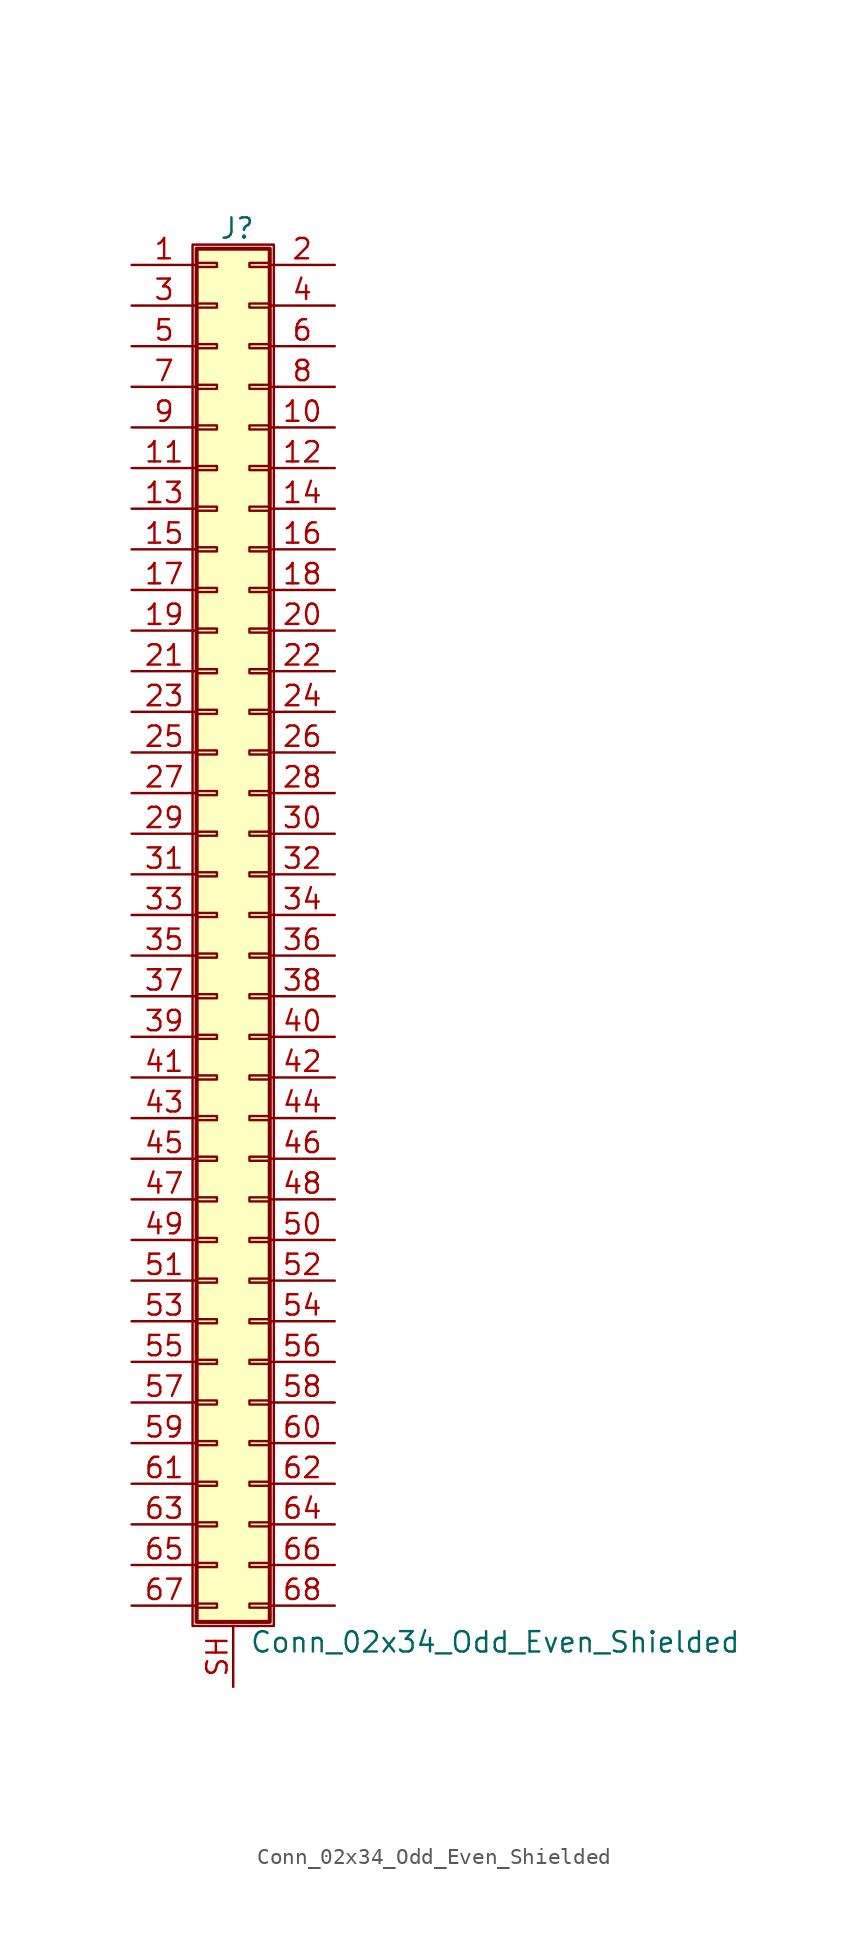
<source format=kicad_sym>
(kicad_symbol_lib
  (version 20211014)
  (generator kicad_symbol_editor)
  (symbol "Conn_02x34_Odd_Even_Shielded"
    (pin_names
      (offset 1.016) hide)
    (property "Reference" "J"
      (at 1.524 42.926 0)
      (effects (font (size 1.27 1.27))))
    (property "Value" "Conn_02x34_Odd_Even_Shielded"
      (at 2.286 -45.466 0)
      (effects (font (size 1.27 1.27)) (justify left)))
    (symbol "Conn_02x34_Odd_Even_Shielded_1_1"
      (rectangle (start -1.27 41.91) (end 3.81 -44.45) (stroke (width 0.152) (type default) (color 0 0 0 0)) (fill (type none)))
      (rectangle (start -1.016 -43.053) (end 0.254 -43.307) (stroke (width 0.152) (type default) (color 0 0 0 0)) (fill (type none)))
      (rectangle (start -1.016 -40.513) (end 0.254 -40.767) (stroke (width 0.152) (type default) (color 0 0 0 0)) (fill (type none)))
      (rectangle (start -1.016 -37.973) (end 0.254 -38.227) (stroke (width 0.152) (type default) (color 0 0 0 0)) (fill (type none)))
      (rectangle (start -1.016 -35.433) (end 0.254 -35.687) (stroke (width 0.152) (type default) (color 0 0 0 0)) (fill (type none)))
      (rectangle (start -1.016 -32.893) (end 0.254 -33.147) (stroke (width 0.152) (type default) (color 0 0 0 0)) (fill (type none)))
      (rectangle (start -1.016 -30.353) (end 0.254 -30.607) (stroke (width 0.152) (type default) (color 0 0 0 0)) (fill (type none)))
      (rectangle (start -1.016 -27.813) (end 0.254 -28.067) (stroke (width 0.152) (type default) (color 0 0 0 0)) (fill (type none)))
      (rectangle (start -1.016 -25.273) (end 0.254 -25.527) (stroke (width 0.152) (type default) (color 0 0 0 0)) (fill (type none)))
      (rectangle (start -1.016 -22.733) (end 0.254 -22.987) (stroke (width 0.152) (type default) (color 0 0 0 0)) (fill (type none)))
      (rectangle (start -1.016 -20.193) (end 0.254 -20.447) (stroke (width 0.152) (type default) (color 0 0 0 0)) (fill (type none)))
      (rectangle (start -1.016 -17.653) (end 0.254 -17.907) (stroke (width 0.152) (type default) (color 0 0 0 0)) (fill (type none)))
      (rectangle (start -1.016 -15.113) (end 0.254 -15.367) (stroke (width 0.152) (type default) (color 0 0 0 0)) (fill (type none)))
      (rectangle (start -1.016 -12.573) (end 0.254 -12.827) (stroke (width 0.152) (type default) (color 0 0 0 0)) (fill (type none)))
      (rectangle (start -1.016 -10.033) (end 0.254 -10.287) (stroke (width 0.152) (type default) (color 0 0 0 0)) (fill (type none)))
      (rectangle (start -1.016 -7.493) (end 0.254 -7.747) (stroke (width 0.152) (type default) (color 0 0 0 0)) (fill (type none)))
      (rectangle (start -1.016 -4.953) (end 0.254 -5.207) (stroke (width 0.152) (type default) (color 0 0 0 0)) (fill (type none)))
      (rectangle (start -1.016 -2.413) (end 0.254 -2.667) (stroke (width 0.152) (type default) (color 0 0 0 0)) (fill (type none)))
      (rectangle (start -1.016 0.127) (end 0.254 -0.127) (stroke (width 0.152) (type default) (color 0 0 0 0)) (fill (type none)))
      (rectangle (start -1.016 2.667) (end 0.254 2.413) (stroke (width 0.152) (type default) (color 0 0 0 0)) (fill (type none)))
      (rectangle (start -1.016 5.207) (end 0.254 4.953) (stroke (width 0.152) (type default) (color 0 0 0 0)) (fill (type none)))
      (rectangle (start -1.016 7.747) (end 0.254 7.493) (stroke (width 0.152) (type default) (color 0 0 0 0)) (fill (type none)))
      (rectangle (start -1.016 10.287) (end 0.254 10.033) (stroke (width 0.152) (type default) (color 0 0 0 0)) (fill (type none)))
      (rectangle (start -1.016 12.827) (end 0.254 12.573) (stroke (width 0.152) (type default) (color 0 0 0 0)) (fill (type none)))
      (rectangle (start -1.016 15.367) (end 0.254 15.113) (stroke (width 0.152) (type default) (color 0 0 0 0)) (fill (type none)))
      (rectangle (start -1.016 17.907) (end 0.254 17.653) (stroke (width 0.152) (type default) (color 0 0 0 0)) (fill (type none)))
      (rectangle (start -1.016 20.447) (end 0.254 20.193) (stroke (width 0.152) (type default) (color 0 0 0 0)) (fill (type none)))
      (rectangle (start -1.016 22.987) (end 0.254 22.733) (stroke (width 0.152) (type default) (color 0 0 0 0)) (fill (type none)))
      (rectangle (start -1.016 25.527) (end 0.254 25.273) (stroke (width 0.152) (type default) (color 0 0 0 0)) (fill (type none)))
      (rectangle (start -1.016 28.067) (end 0.254 27.813) (stroke (width 0.152) (type default) (color 0 0 0 0)) (fill (type none)))
      (rectangle (start -1.016 30.607) (end 0.254 30.353) (stroke (width 0.152) (type default) (color 0 0 0 0)) (fill (type none)))
      (rectangle (start -1.016 33.147) (end 0.254 32.893) (stroke (width 0.152) (type default) (color 0 0 0 0)) (fill (type none)))
      (rectangle (start -1.016 35.687) (end 0.254 35.433) (stroke (width 0.152) (type default) (color 0 0 0 0)) (fill (type none)))
      (rectangle (start -1.016 38.227) (end 0.254 37.973) (stroke (width 0.152) (type default) (color 0 0 0 0)) (fill (type none)))
      (rectangle (start -1.016 40.767) (end 0.254 40.513) (stroke (width 0.152) (type default) (color 0 0 0 0)) (fill (type none)))
      (rectangle (start -1.016 41.656) (end 3.556 -44.196) (stroke (width 0.254) (type default) (color 0 0 0 0)) (fill (type background)))
      (rectangle (start 3.556 -43.053) (end 2.286 -43.307) (stroke (width 0.152) (type default) (color 0 0 0 0)) (fill (type none)))
      (rectangle (start 3.556 -40.513) (end 2.286 -40.767) (stroke (width 0.152) (type default) (color 0 0 0 0)) (fill (type none)))
      (rectangle (start 3.556 -37.973) (end 2.286 -38.227) (stroke (width 0.152) (type default) (color 0 0 0 0)) (fill (type none)))
      (rectangle (start 3.556 -35.433) (end 2.286 -35.687) (stroke (width 0.152) (type default) (color 0 0 0 0)) (fill (type none)))
      (rectangle (start 3.556 -32.893) (end 2.286 -33.147) (stroke (width 0.152) (type default) (color 0 0 0 0)) (fill (type none)))
      (rectangle (start 3.556 -30.353) (end 2.286 -30.607) (stroke (width 0.152) (type default) (color 0 0 0 0)) (fill (type none)))
      (rectangle (start 3.556 -27.813) (end 2.286 -28.067) (stroke (width 0.152) (type default) (color 0 0 0 0)) (fill (type none)))
      (rectangle (start 3.556 -25.273) (end 2.286 -25.527) (stroke (width 0.152) (type default) (color 0 0 0 0)) (fill (type none)))
      (rectangle (start 3.556 -22.733) (end 2.286 -22.987) (stroke (width 0.152) (type default) (color 0 0 0 0)) (fill (type none)))
      (rectangle (start 3.556 -20.193) (end 2.286 -20.447) (stroke (width 0.152) (type default) (color 0 0 0 0)) (fill (type none)))
      (rectangle (start 3.556 -17.653) (end 2.286 -17.907) (stroke (width 0.152) (type default) (color 0 0 0 0)) (fill (type none)))
      (rectangle (start 3.556 -15.113) (end 2.286 -15.367) (stroke (width 0.152) (type default) (color 0 0 0 0)) (fill (type none)))
      (rectangle (start 3.556 -12.573) (end 2.286 -12.827) (stroke (width 0.152) (type default) (color 0 0 0 0)) (fill (type none)))
      (rectangle (start 3.556 -10.033) (end 2.286 -10.287) (stroke (width 0.152) (type default) (color 0 0 0 0)) (fill (type none)))
      (rectangle (start 3.556 -7.493) (end 2.286 -7.747) (stroke (width 0.152) (type default) (color 0 0 0 0)) (fill (type none)))
      (rectangle (start 3.556 -4.953) (end 2.286 -5.207) (stroke (width 0.152) (type default) (color 0 0 0 0)) (fill (type none)))
      (rectangle (start 3.556 -2.413) (end 2.286 -2.667) (stroke (width 0.152) (type default) (color 0 0 0 0)) (fill (type none)))
      (rectangle (start 3.556 0.127) (end 2.286 -0.127) (stroke (width 0.152) (type default) (color 0 0 0 0)) (fill (type none)))
      (rectangle (start 3.556 2.667) (end 2.286 2.413) (stroke (width 0.152) (type default) (color 0 0 0 0)) (fill (type none)))
      (rectangle (start 3.556 5.207) (end 2.286 4.953) (stroke (width 0.152) (type default) (color 0 0 0 0)) (fill (type none)))
      (rectangle (start 3.556 7.747) (end 2.286 7.493) (stroke (width 0.152) (type default) (color 0 0 0 0)) (fill (type none)))
      (rectangle (start 3.556 10.287) (end 2.286 10.033) (stroke (width 0.152) (type default) (color 0 0 0 0)) (fill (type none)))
      (rectangle (start 3.556 12.827) (end 2.286 12.573) (stroke (width 0.152) (type default) (color 0 0 0 0)) (fill (type none)))
      (rectangle (start 3.556 15.367) (end 2.286 15.113) (stroke (width 0.152) (type default) (color 0 0 0 0)) (fill (type none)))
      (rectangle (start 3.556 17.907) (end 2.286 17.653) (stroke (width 0.152) (type default) (color 0 0 0 0)) (fill (type none)))
      (rectangle (start 3.556 20.447) (end 2.286 20.193) (stroke (width 0.152) (type default) (color 0 0 0 0)) (fill (type none)))
      (rectangle (start 3.556 22.987) (end 2.286 22.733) (stroke (width 0.152) (type default) (color 0 0 0 0)) (fill (type none)))
      (rectangle (start 3.556 25.527) (end 2.286 25.273) (stroke (width 0.152) (type default) (color 0 0 0 0)) (fill (type none)))
      (rectangle (start 3.556 28.067) (end 2.286 27.813) (stroke (width 0.152) (type default) (color 0 0 0 0)) (fill (type none)))
      (rectangle (start 3.556 30.607) (end 2.286 30.353) (stroke (width 0.152) (type default) (color 0 0 0 0)) (fill (type none)))
      (rectangle (start 3.556 33.147) (end 2.286 32.893) (stroke (width 0.152) (type default) (color 0 0 0 0)) (fill (type none)))
      (rectangle (start 3.556 35.687) (end 2.286 35.433) (stroke (width 0.152) (type default) (color 0 0 0 0)) (fill (type none)))
      (rectangle (start 3.556 38.227) (end 2.286 37.973) (stroke (width 0.152) (type default) (color 0 0 0 0)) (fill (type none)))
      (rectangle (start 3.556 40.767) (end 2.286 40.513) (stroke (width 0.152) (type default) (color 0 0 0 0)) (fill (type none)))
      (pin passive line (at -5.08 40.64 0) (length 4.064) (name "Pin_1" (effects (font (size 1.27 1.27)))) (number "1" (effects (font (size 1.27 1.27)))))
      (pin passive line (at 7.62 30.48 180) (length 4.064) (name "Pin_10" (effects (font (size 1.27 1.27)))) (number "10" (effects (font (size 1.27 1.27)))))
      (pin passive line (at -5.08 27.94 0) (length 4.064) (name "Pin_11" (effects (font (size 1.27 1.27)))) (number "11" (effects (font (size 1.27 1.27)))))
      (pin passive line (at 7.62 27.94 180) (length 4.064) (name "Pin_12" (effects (font (size 1.27 1.27)))) (number "12" (effects (font (size 1.27 1.27)))))
      (pin passive line (at -5.08 25.4 0) (length 4.064) (name "Pin_13" (effects (font (size 1.27 1.27)))) (number "13" (effects (font (size 1.27 1.27)))))
      (pin passive line (at 7.62 25.4 180) (length 4.064) (name "Pin_14" (effects (font (size 1.27 1.27)))) (number "14" (effects (font (size 1.27 1.27)))))
      (pin passive line (at -5.08 22.86 0) (length 4.064) (name "Pin_15" (effects (font (size 1.27 1.27)))) (number "15" (effects (font (size 1.27 1.27)))))
      (pin passive line (at 7.62 22.86 180) (length 4.064) (name "Pin_16" (effects (font (size 1.27 1.27)))) (number "16" (effects (font (size 1.27 1.27)))))
      (pin passive line (at -5.08 20.32 0) (length 4.064) (name "Pin_17" (effects (font (size 1.27 1.27)))) (number "17" (effects (font (size 1.27 1.27)))))
      (pin passive line (at 7.62 20.32 180) (length 4.064) (name "Pin_18" (effects (font (size 1.27 1.27)))) (number "18" (effects (font (size 1.27 1.27)))))
      (pin passive line (at -5.08 17.78 0) (length 4.064) (name "Pin_19" (effects (font (size 1.27 1.27)))) (number "19" (effects (font (size 1.27 1.27)))))
      (pin passive line (at 7.62 40.64 180) (length 4.064) (name "Pin_2" (effects (font (size 1.27 1.27)))) (number "2" (effects (font (size 1.27 1.27)))))
      (pin passive line (at 7.62 17.78 180) (length 4.064) (name "Pin_20" (effects (font (size 1.27 1.27)))) (number "20" (effects (font (size 1.27 1.27)))))
      (pin passive line (at -5.08 15.24 0) (length 4.064) (name "Pin_21" (effects (font (size 1.27 1.27)))) (number "21" (effects (font (size 1.27 1.27)))))
      (pin passive line (at 7.62 15.24 180) (length 4.064) (name "Pin_22" (effects (font (size 1.27 1.27)))) (number "22" (effects (font (size 1.27 1.27)))))
      (pin passive line (at -5.08 12.7 0) (length 4.064) (name "Pin_23" (effects (font (size 1.27 1.27)))) (number "23" (effects (font (size 1.27 1.27)))))
      (pin passive line (at 7.62 12.7 180) (length 4.064) (name "Pin_24" (effects (font (size 1.27 1.27)))) (number "24" (effects (font (size 1.27 1.27)))))
      (pin passive line (at -5.08 10.16 0) (length 4.064) (name "Pin_25" (effects (font (size 1.27 1.27)))) (number "25" (effects (font (size 1.27 1.27)))))
      (pin passive line (at 7.62 10.16 180) (length 4.064) (name "Pin_26" (effects (font (size 1.27 1.27)))) (number "26" (effects (font (size 1.27 1.27)))))
      (pin passive line (at -5.08 7.62 0) (length 4.064) (name "Pin_27" (effects (font (size 1.27 1.27)))) (number "27" (effects (font (size 1.27 1.27)))))
      (pin passive line (at 7.62 7.62 180) (length 4.064) (name "Pin_28" (effects (font (size 1.27 1.27)))) (number "28" (effects (font (size 1.27 1.27)))))
      (pin passive line (at -5.08 5.08 0) (length 4.064) (name "Pin_29" (effects (font (size 1.27 1.27)))) (number "29" (effects (font (size 1.27 1.27)))))
      (pin passive line (at -5.08 38.1 0) (length 4.064) (name "Pin_3" (effects (font (size 1.27 1.27)))) (number "3" (effects (font (size 1.27 1.27)))))
      (pin passive line (at 7.62 5.08 180) (length 4.064) (name "Pin_30" (effects (font (size 1.27 1.27)))) (number "30" (effects (font (size 1.27 1.27)))))
      (pin passive line (at -5.08 2.54 0) (length 4.064) (name "Pin_31" (effects (font (size 1.27 1.27)))) (number "31" (effects (font (size 1.27 1.27)))))
      (pin passive line (at 7.62 2.54 180) (length 4.064) (name "Pin_32" (effects (font (size 1.27 1.27)))) (number "32" (effects (font (size 1.27 1.27)))))
      (pin passive line (at -5.08 0 0) (length 4.064) (name "Pin_33" (effects (font (size 1.27 1.27)))) (number "33" (effects (font (size 1.27 1.27)))))
      (pin passive line (at 7.62 0 180) (length 4.064) (name "Pin_34" (effects (font (size 1.27 1.27)))) (number "34" (effects (font (size 1.27 1.27)))))
      (pin passive line (at -5.08 -2.54 0) (length 4.064) (name "Pin_35" (effects (font (size 1.27 1.27)))) (number "35" (effects (font (size 1.27 1.27)))))
      (pin passive line (at 7.62 -2.54 180) (length 4.064) (name "Pin_36" (effects (font (size 1.27 1.27)))) (number "36" (effects (font (size 1.27 1.27)))))
      (pin passive line (at -5.08 -5.08 0) (length 4.064) (name "Pin_37" (effects (font (size 1.27 1.27)))) (number "37" (effects (font (size 1.27 1.27)))))
      (pin passive line (at 7.62 -5.08 180) (length 4.064) (name "Pin_38" (effects (font (size 1.27 1.27)))) (number "38" (effects (font (size 1.27 1.27)))))
      (pin passive line (at -5.08 -7.62 0) (length 4.064) (name "Pin_39" (effects (font (size 1.27 1.27)))) (number "39" (effects (font (size 1.27 1.27)))))
      (pin passive line (at 7.62 38.1 180) (length 4.064) (name "Pin_4" (effects (font (size 1.27 1.27)))) (number "4" (effects (font (size 1.27 1.27)))))
      (pin passive line (at 7.62 -7.62 180) (length 4.064) (name "Pin_40" (effects (font (size 1.27 1.27)))) (number "40" (effects (font (size 1.27 1.27)))))
      (pin passive line (at -5.08 -10.16 0) (length 4.064) (name "Pin_41" (effects (font (size 1.27 1.27)))) (number "41" (effects (font (size 1.27 1.27)))))
      (pin passive line (at 7.62 -10.16 180) (length 4.064) (name "Pin_42" (effects (font (size 1.27 1.27)))) (number "42" (effects (font (size 1.27 1.27)))))
      (pin passive line (at -5.08 -12.7 0) (length 4.064) (name "Pin_43" (effects (font (size 1.27 1.27)))) (number "43" (effects (font (size 1.27 1.27)))))
      (pin passive line (at 7.62 -12.7 180) (length 4.064) (name "Pin_44" (effects (font (size 1.27 1.27)))) (number "44" (effects (font (size 1.27 1.27)))))
      (pin passive line (at -5.08 -15.24 0) (length 4.064) (name "Pin_45" (effects (font (size 1.27 1.27)))) (number "45" (effects (font (size 1.27 1.27)))))
      (pin passive line (at 7.62 -15.24 180) (length 4.064) (name "Pin_46" (effects (font (size 1.27 1.27)))) (number "46" (effects (font (size 1.27 1.27)))))
      (pin passive line (at -5.08 -17.78 0) (length 4.064) (name "Pin_47" (effects (font (size 1.27 1.27)))) (number "47" (effects (font (size 1.27 1.27)))))
      (pin passive line (at 7.62 -17.78 180) (length 4.064) (name "Pin_48" (effects (font (size 1.27 1.27)))) (number "48" (effects (font (size 1.27 1.27)))))
      (pin passive line (at -5.08 -20.32 0) (length 4.064) (name "Pin_49" (effects (font (size 1.27 1.27)))) (number "49" (effects (font (size 1.27 1.27)))))
      (pin passive line (at -5.08 35.56 0) (length 4.064) (name "Pin_5" (effects (font (size 1.27 1.27)))) (number "5" (effects (font (size 1.27 1.27)))))
      (pin passive line (at 7.62 -20.32 180) (length 4.064) (name "Pin_50" (effects (font (size 1.27 1.27)))) (number "50" (effects (font (size 1.27 1.27)))))
      (pin passive line (at -5.08 -22.86 0) (length 4.064) (name "Pin_51" (effects (font (size 1.27 1.27)))) (number "51" (effects (font (size 1.27 1.27)))))
      (pin passive line (at 7.62 -22.86 180) (length 4.064) (name "Pin_52" (effects (font (size 1.27 1.27)))) (number "52" (effects (font (size 1.27 1.27)))))
      (pin passive line (at -5.08 -25.4 0) (length 4.064) (name "Pin_53" (effects (font (size 1.27 1.27)))) (number "53" (effects (font (size 1.27 1.27)))))
      (pin passive line (at 7.62 -25.4 180) (length 4.064) (name "Pin_54" (effects (font (size 1.27 1.27)))) (number "54" (effects (font (size 1.27 1.27)))))
      (pin passive line (at -5.08 -27.94 0) (length 4.064) (name "Pin_55" (effects (font (size 1.27 1.27)))) (number "55" (effects (font (size 1.27 1.27)))))
      (pin passive line (at 7.62 -27.94 180) (length 4.064) (name "Pin_56" (effects (font (size 1.27 1.27)))) (number "56" (effects (font (size 1.27 1.27)))))
      (pin passive line (at -5.08 -30.48 0) (length 4.064) (name "Pin_57" (effects (font (size 1.27 1.27)))) (number "57" (effects (font (size 1.27 1.27)))))
      (pin passive line (at 7.62 -30.48 180) (length 4.064) (name "Pin_58" (effects (font (size 1.27 1.27)))) (number "58" (effects (font (size 1.27 1.27)))))
      (pin passive line (at -5.08 -33.02 0) (length 4.064) (name "Pin_59" (effects (font (size 1.27 1.27)))) (number "59" (effects (font (size 1.27 1.27)))))
      (pin passive line (at 7.62 35.56 180) (length 4.064) (name "Pin_6" (effects (font (size 1.27 1.27)))) (number "6" (effects (font (size 1.27 1.27)))))
      (pin passive line (at 7.62 -33.02 180) (length 4.064) (name "Pin_60" (effects (font (size 1.27 1.27)))) (number "60" (effects (font (size 1.27 1.27)))))
      (pin passive line (at -5.08 -35.56 0) (length 4.064) (name "Pin_61" (effects (font (size 1.27 1.27)))) (number "61" (effects (font (size 1.27 1.27)))))
      (pin passive line (at 7.62 -35.56 180) (length 4.064) (name "Pin_62" (effects (font (size 1.27 1.27)))) (number "62" (effects (font (size 1.27 1.27)))))
      (pin passive line (at -5.08 -38.1 0) (length 4.064) (name "Pin_63" (effects (font (size 1.27 1.27)))) (number "63" (effects (font (size 1.27 1.27)))))
      (pin passive line (at 7.62 -38.1 180) (length 4.064) (name "Pin_64" (effects (font (size 1.27 1.27)))) (number "64" (effects (font (size 1.27 1.27)))))
      (pin passive line (at -5.08 -40.64 0) (length 4.064) (name "Pin_65" (effects (font (size 1.27 1.27)))) (number "65" (effects (font (size 1.27 1.27)))))
      (pin passive line (at 7.62 -40.64 180) (length 4.064) (name "Pin_66" (effects (font (size 1.27 1.27)))) (number "66" (effects (font (size 1.27 1.27)))))
      (pin passive line (at -5.08 -43.18 0) (length 4.064) (name "Pin_67" (effects (font (size 1.27 1.27)))) (number "67" (effects (font (size 1.27 1.27)))))
      (pin passive line (at 7.62 -43.18 180) (length 4.064) (name "Pin_68" (effects (font (size 1.27 1.27)))) (number "68" (effects (font (size 1.27 1.27)))))
      (pin passive line (at -5.08 33.02 0) (length 4.064) (name "Pin_7" (effects (font (size 1.27 1.27)))) (number "7" (effects (font (size 1.27 1.27)))))
      (pin passive line (at 7.62 33.02 180) (length 4.064) (name "Pin_8" (effects (font (size 1.27 1.27)))) (number "8" (effects (font (size 1.27 1.27)))))
      (pin passive line (at -5.08 30.48 0) (length 4.064) (name "Pin_9" (effects (font (size 1.27 1.27)))) (number "9" (effects (font (size 1.27 1.27)))))
      (pin passive line (at 1.27 -48.26 90) (length 3.81) (name "Shield" (effects (font (size 1.27 1.27)))) (number "SH" (effects (font (size 1.27 1.27))))))))
</source>
